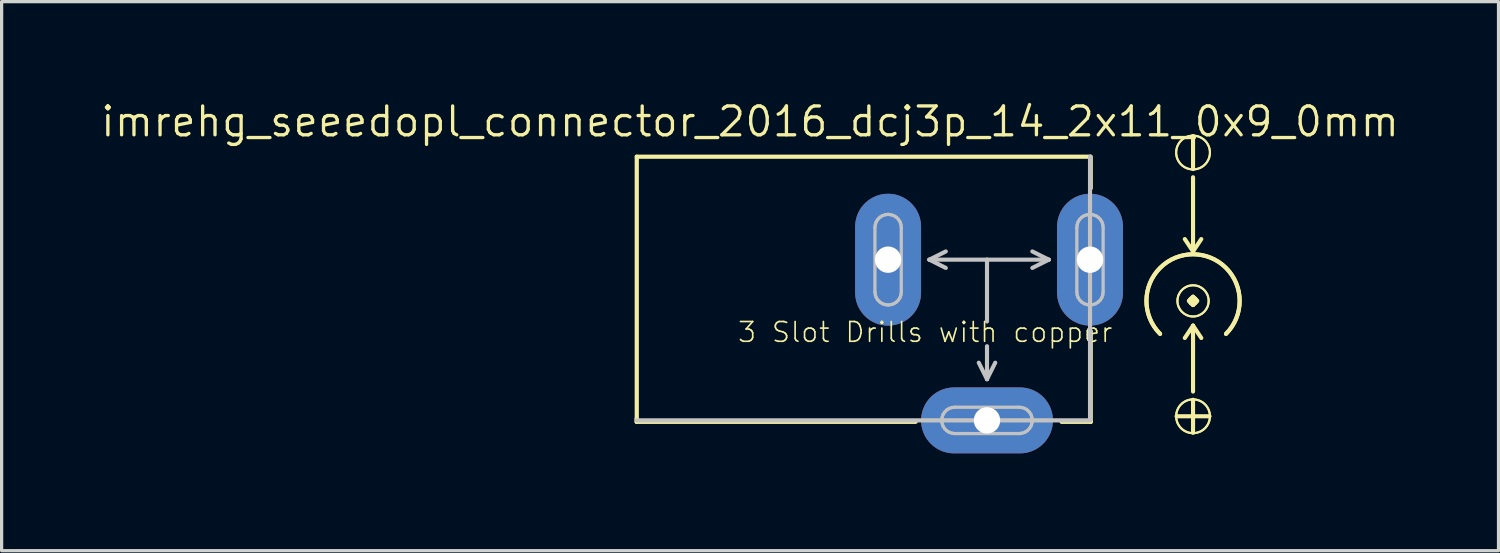
<source format=kicad_pcb>
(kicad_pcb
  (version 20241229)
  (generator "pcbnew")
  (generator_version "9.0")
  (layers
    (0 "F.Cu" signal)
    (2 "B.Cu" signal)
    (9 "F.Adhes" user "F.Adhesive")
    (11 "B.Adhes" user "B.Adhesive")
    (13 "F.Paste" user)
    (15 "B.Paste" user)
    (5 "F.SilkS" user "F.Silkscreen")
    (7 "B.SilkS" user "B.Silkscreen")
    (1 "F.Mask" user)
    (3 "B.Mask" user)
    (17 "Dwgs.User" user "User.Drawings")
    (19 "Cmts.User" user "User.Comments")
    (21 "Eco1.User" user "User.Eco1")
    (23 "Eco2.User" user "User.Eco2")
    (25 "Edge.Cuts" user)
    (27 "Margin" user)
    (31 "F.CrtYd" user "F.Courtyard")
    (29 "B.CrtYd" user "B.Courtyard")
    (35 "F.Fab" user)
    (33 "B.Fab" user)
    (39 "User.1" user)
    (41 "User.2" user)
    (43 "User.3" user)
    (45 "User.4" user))
  (footprint "imrehg_seeedopl_connector_2016_dcj3p_14_2x11_0x9_0mm"
    (layer "F.Cu")
    (at 27.368 4.953)
    (property "Reference" "imrehg_seeedopl_connector_2016_dcj3p_14_2x11_0x9_0mm" (at -7.303 -4.255 0) (layer "F.SilkS") (effects (font (size 0.889 0.889) (thickness 0.102))))
    (attr exclude_from_pos_files exclude_from_bom)
    (fp_line (start -10.798 4.999) (end -10.798 4.9) (stroke (width 0.127) (type solid)) (layer "F.SilkS"))
    (fp_line (start -10.795 -3.175) (end 3.175 -3.175) (stroke (width 0.1) (type solid)) (layer "F.SilkS"))
    (fp_line (start -10.795 -3.175) (end 3.175 -3.175) (stroke (width 0.127) (type solid)) (layer "F.SilkS"))
    (fp_line (start -10.795 4.953) (end -10.795 -3.175) (stroke (width 0.1) (type solid)) (layer "F.SilkS"))
    (fp_line (start -10.795 4.953) (end -10.795 -3.175) (stroke (width 0.127) (type solid)) (layer "F.SilkS"))
    (fp_line (start -2.2 4.999) (end -10.798 4.999) (stroke (width 0.127) (type solid)) (layer "F.SilkS"))
    (fp_line (start 2.299 4.999) (end 3.198 4.999) (stroke (width 0.127) (type solid)) (layer "F.SilkS"))
    (fp_line (start 3.175 -3.175) (end 3.175 4.953) (stroke (width 0.1) (type solid)) (layer "F.SilkS"))
    (fp_line (start 3.175 4.953) (end -10.795 4.953) (stroke (width 0.1) (type solid)) (layer "F.SilkS"))
    (fp_line (start 3.198 -2.2) (end 3.198 -3.175) (stroke (width 0.127) (type solid)) (layer "F.SilkS"))
    (fp_line (start 3.198 4.999) (end 3.198 2.2) (stroke (width 0.127) (type solid)) (layer "F.SilkS"))
    (fp_line (start 5.842 4.826) (end 6.858 4.826) (stroke (width 0.127) (type solid)) (layer "F.SilkS"))
    (fp_line (start 6.223 1.27) (end 6.35 1.397) (stroke (width 0.127) (type solid)) (layer "F.SilkS"))
    (fp_line (start 6.35 -2.794) (end 6.35 -3.81) (stroke (width 0.127) (type solid)) (layer "F.SilkS"))
    (fp_line (start 6.35 -0.254) (end 6.096 -0.635) (stroke (width 0.127) (type solid)) (layer "F.SilkS"))
    (fp_line (start 6.35 -0.254) (end 6.35 -2.54) (stroke (width 0.127) (type solid)) (layer "F.SilkS"))
    (fp_line (start 6.35 -0.254) (end 6.604 -0.635) (stroke (width 0.127) (type solid)) (layer "F.SilkS"))
    (fp_line (start 6.35 1.143) (end 6.223 1.27) (stroke (width 0.127) (type solid)) (layer "F.SilkS"))
    (fp_line (start 6.35 1.397) (end 6.35 1.143) (stroke (width 0.127) (type solid)) (layer "F.SilkS"))
    (fp_line (start 6.35 1.397) (end 6.477 1.27) (stroke (width 0.127) (type solid)) (layer "F.SilkS"))
    (fp_line (start 6.35 2.032) (end 6.096 2.413) (stroke (width 0.127) (type solid)) (layer "F.SilkS"))
    (fp_line (start 6.35 2.032) (end 6.35 4.064) (stroke (width 0.127) (type solid)) (layer "F.SilkS"))
    (fp_line (start 6.35 2.032) (end 6.604 2.413) (stroke (width 0.127) (type solid)) (layer "F.SilkS"))
    (fp_line (start 6.35 5.334) (end 6.35 4.318) (stroke (width 0.127) (type solid)) (layer "F.SilkS"))
    (fp_line (start 6.477 1.27) (end 6.35 1.143) (stroke (width 0.127) (type solid)) (layer "F.SilkS"))
    (fp_arc (start 5.334 2.286) (mid 6.35 -0.166841) (end 7.366 2.286) (stroke (width 0.127) (type solid)) (layer "F.SilkS"))
    (fp_arc (start 5.334 2.286) (mid 6.35 -0.166841) (end 7.366 2.286) (stroke (width 0.127) (type solid)) (layer "F.SilkS"))
    (fp_circle (center 6.35 -3.302) (end 6.718 -3.67) (stroke (width 0.064) (type solid)) (fill no) (layer "F.SilkS"))
    (fp_circle (center 6.35 -3.302) (end 6.718 -3.67) (stroke (width 0.064) (type solid)) (fill no) (layer "F.SilkS"))
    (fp_circle (center 6.35 1.27) (end 6.439 1.359) (stroke (width 0.064) (type solid)) (fill no) (layer "F.SilkS"))
    (fp_circle (center 6.35 1.27) (end 6.439 1.359) (stroke (width 0.064) (type solid)) (fill no) (layer "F.SilkS"))
    (fp_circle (center 6.35 1.27) (end 6.69 1.61) (stroke (width 0.064) (type solid)) (fill no) (layer "F.SilkS"))
    (fp_circle (center 6.35 1.27) (end 6.69 1.61) (stroke (width 0.064) (type solid)) (fill no) (layer "F.SilkS"))
    (fp_circle (center 6.35 4.826) (end 6.718 5.194) (stroke (width 0.064) (type solid)) (fill no) (layer "F.SilkS"))
    (fp_circle (center 6.35 4.826) (end 6.718 5.194) (stroke (width 0.064) (type solid)) (fill no) (layer "F.SilkS"))
    (fp_line (start -3.454 -0.991) (end -3.442 -1.079) (stroke (width 0.1) (type solid)) (layer "Dwgs.User"))
    (fp_line (start -3.454 0.991) (end -3.454 -0.991) (stroke (width 0.1) (type solid)) (layer "Dwgs.User"))
    (fp_line (start -3.442 -1.079) (end -3.414 -1.166) (stroke (width 0.1) (type solid)) (layer "Dwgs.User"))
    (fp_line (start -3.442 1.079) (end -3.454 0.991) (stroke (width 0.1) (type solid)) (layer "Dwgs.User"))
    (fp_line (start -3.414 -1.166) (end -3.365 -1.242) (stroke (width 0.1) (type solid)) (layer "Dwgs.User"))
    (fp_line (start -3.414 1.166) (end -3.442 1.079) (stroke (width 0.1) (type solid)) (layer "Dwgs.User"))
    (fp_line (start -3.365 -1.242) (end -3.299 -1.308) (stroke (width 0.1) (type solid)) (layer "Dwgs.User"))
    (fp_line (start -3.365 1.242) (end -3.414 1.166) (stroke (width 0.1) (type solid)) (layer "Dwgs.User"))
    (fp_line (start -3.299 -1.308) (end -3.223 -1.356) (stroke (width 0.1) (type solid)) (layer "Dwgs.User"))
    (fp_line (start -3.299 1.308) (end -3.365 1.242) (stroke (width 0.1) (type solid)) (layer "Dwgs.User"))
    (fp_line (start -3.223 -1.356) (end -3.137 -1.384) (stroke (width 0.1) (type solid)) (layer "Dwgs.User"))
    (fp_line (start -3.223 1.356) (end -3.299 1.308) (stroke (width 0.1) (type solid)) (layer "Dwgs.User"))
    (fp_line (start -3.137 -1.384) (end -3.048 -1.397) (stroke (width 0.1) (type solid)) (layer "Dwgs.User"))
    (fp_line (start -3.137 1.384) (end -3.223 1.356) (stroke (width 0.1) (type solid)) (layer "Dwgs.User"))
    (fp_line (start -3.048 -1.397) (end -2.957 -1.384) (stroke (width 0.1) (type solid)) (layer "Dwgs.User"))
    (fp_line (start -3.048 1.397) (end -3.137 1.384) (stroke (width 0.1) (type solid)) (layer "Dwgs.User"))
    (fp_line (start -2.957 -1.384) (end -2.87 -1.356) (stroke (width 0.1) (type solid)) (layer "Dwgs.User"))
    (fp_line (start -2.957 1.384) (end -3.048 1.397) (stroke (width 0.1) (type solid)) (layer "Dwgs.User"))
    (fp_line (start -2.87 -1.356) (end -2.794 -1.308) (stroke (width 0.1) (type solid)) (layer "Dwgs.User"))
    (fp_line (start -2.87 1.356) (end -2.957 1.384) (stroke (width 0.1) (type solid)) (layer "Dwgs.User"))
    (fp_line (start -2.794 -1.308) (end -2.728 -1.242) (stroke (width 0.1) (type solid)) (layer "Dwgs.User"))
    (fp_line (start -2.794 1.308) (end -2.87 1.356) (stroke (width 0.1) (type solid)) (layer "Dwgs.User"))
    (fp_line (start -2.728 -1.242) (end -2.68 -1.166) (stroke (width 0.1) (type solid)) (layer "Dwgs.User"))
    (fp_line (start -2.728 1.242) (end -2.794 1.308) (stroke (width 0.1) (type solid)) (layer "Dwgs.User"))
    (fp_line (start -2.68 -1.166) (end -2.652 -1.079) (stroke (width 0.1) (type solid)) (layer "Dwgs.User"))
    (fp_line (start -2.68 1.166) (end -2.728 1.242) (stroke (width 0.1) (type solid)) (layer "Dwgs.User"))
    (fp_line (start -2.652 -1.079) (end -2.642 -0.991) (stroke (width 0.1) (type solid)) (layer "Dwgs.User"))
    (fp_line (start -2.652 1.079) (end -2.68 1.166) (stroke (width 0.1) (type solid)) (layer "Dwgs.User"))
    (fp_line (start -2.642 -0.991) (end -2.642 0.991) (stroke (width 0.1) (type solid)) (layer "Dwgs.User"))
    (fp_line (start -2.642 0.991) (end -2.652 1.079) (stroke (width 0.1) (type solid)) (layer "Dwgs.User"))
    (fp_line (start -1.778 0) (end -1.27 -0.254) (stroke (width 0.127) (type solid)) (layer "Dwgs.User"))
    (fp_line (start -1.778 0) (end -1.27 0.254) (stroke (width 0.127) (type solid)) (layer "Dwgs.User"))
    (fp_line (start -1.397 4.953) (end -1.384 4.862) (stroke (width 0.1) (type solid)) (layer "Dwgs.User"))
    (fp_line (start -1.384 4.862) (end -1.356 4.775) (stroke (width 0.1) (type solid)) (layer "Dwgs.User"))
    (fp_line (start -1.384 5.042) (end -1.397 4.953) (stroke (width 0.1) (type solid)) (layer "Dwgs.User"))
    (fp_line (start -1.356 4.775) (end -1.308 4.699) (stroke (width 0.1) (type solid)) (layer "Dwgs.User"))
    (fp_line (start -1.356 5.128) (end -1.384 5.042) (stroke (width 0.1) (type solid)) (layer "Dwgs.User"))
    (fp_line (start -1.308 4.699) (end -1.242 4.633) (stroke (width 0.1) (type solid)) (layer "Dwgs.User"))
    (fp_line (start -1.308 5.204) (end -1.356 5.128) (stroke (width 0.1) (type solid)) (layer "Dwgs.User"))
    (fp_line (start -1.242 4.633) (end -1.166 4.585) (stroke (width 0.1) (type solid)) (layer "Dwgs.User"))
    (fp_line (start -1.242 5.271) (end -1.308 5.204) (stroke (width 0.1) (type solid)) (layer "Dwgs.User"))
    (fp_line (start -1.166 4.585) (end -1.079 4.557) (stroke (width 0.1) (type solid)) (layer "Dwgs.User"))
    (fp_line (start -1.166 5.319) (end -1.242 5.271) (stroke (width 0.1) (type solid)) (layer "Dwgs.User"))
    (fp_line (start -1.079 4.557) (end -0.991 4.547) (stroke (width 0.1) (type solid)) (layer "Dwgs.User"))
    (fp_line (start -1.079 5.347) (end -1.166 5.319) (stroke (width 0.1) (type solid)) (layer "Dwgs.User"))
    (fp_line (start -0.991 4.547) (end 0.991 4.547) (stroke (width 0.1) (type solid)) (layer "Dwgs.User"))
    (fp_line (start -0.991 5.359) (end -1.079 5.347) (stroke (width 0.1) (type solid)) (layer "Dwgs.User"))
    (fp_line (start 0 0) (end -1.778 0) (stroke (width 0.127) (type solid)) (layer "Dwgs.User"))
    (fp_line (start 0 0) (end 1.905 0) (stroke (width 0.127) (type solid)) (layer "Dwgs.User"))
    (fp_line (start 0 1.905) (end 0 0) (stroke (width 0.127) (type solid)) (layer "Dwgs.User"))
    (fp_line (start 0 2.667) (end 0 3.683) (stroke (width 0.127) (type solid)) (layer "Dwgs.User"))
    (fp_line (start 0 3.683) (end -0.254 3.175) (stroke (width 0.127) (type solid)) (layer "Dwgs.User"))
    (fp_line (start 0 3.683) (end 0.254 3.175) (stroke (width 0.127) (type solid)) (layer "Dwgs.User"))
    (fp_line (start 0.991 4.547) (end 1.079 4.557) (stroke (width 0.1) (type solid)) (layer "Dwgs.User"))
    (fp_line (start 0.991 5.359) (end -0.991 5.359) (stroke (width 0.1) (type solid)) (layer "Dwgs.User"))
    (fp_line (start 1.079 4.557) (end 1.166 4.585) (stroke (width 0.1) (type solid)) (layer "Dwgs.User"))
    (fp_line (start 1.079 5.347) (end 0.991 5.359) (stroke (width 0.1) (type solid)) (layer "Dwgs.User"))
    (fp_line (start 1.166 4.585) (end 1.242 4.633) (stroke (width 0.1) (type solid)) (layer "Dwgs.User"))
    (fp_line (start 1.166 5.319) (end 1.079 5.347) (stroke (width 0.1) (type solid)) (layer "Dwgs.User"))
    (fp_line (start 1.242 4.633) (end 1.308 4.699) (stroke (width 0.1) (type solid)) (layer "Dwgs.User"))
    (fp_line (start 1.242 5.271) (end 1.166 5.319) (stroke (width 0.1) (type solid)) (layer "Dwgs.User"))
    (fp_line (start 1.308 4.699) (end 1.356 4.775) (stroke (width 0.1) (type solid)) (layer "Dwgs.User"))
    (fp_line (start 1.308 5.204) (end 1.242 5.271) (stroke (width 0.1) (type solid)) (layer "Dwgs.User"))
    (fp_line (start 1.356 4.775) (end 1.384 4.862) (stroke (width 0.1) (type solid)) (layer "Dwgs.User"))
    (fp_line (start 1.356 5.128) (end 1.308 5.204) (stroke (width 0.1) (type solid)) (layer "Dwgs.User"))
    (fp_line (start 1.384 4.862) (end 1.397 4.953) (stroke (width 0.1) (type solid)) (layer "Dwgs.User"))
    (fp_line (start 1.384 5.042) (end 1.356 5.128) (stroke (width 0.1) (type solid)) (layer "Dwgs.User"))
    (fp_line (start 1.397 4.953) (end 1.384 5.042) (stroke (width 0.1) (type solid)) (layer "Dwgs.User"))
    (fp_line (start 1.905 0) (end 1.397 -0.254) (stroke (width 0.127) (type solid)) (layer "Dwgs.User"))
    (fp_line (start 1.905 0) (end 1.397 0.254) (stroke (width 0.127) (type solid)) (layer "Dwgs.User"))
    (fp_line (start 2.769 -0.991) (end 2.779 -1.079) (stroke (width 0.1) (type solid)) (layer "Dwgs.User"))
    (fp_line (start 2.769 0.991) (end 2.769 -0.991) (stroke (width 0.1) (type solid)) (layer "Dwgs.User"))
    (fp_line (start 2.779 -1.079) (end 2.807 -1.166) (stroke (width 0.1) (type solid)) (layer "Dwgs.User"))
    (fp_line (start 2.779 1.079) (end 2.769 0.991) (stroke (width 0.1) (type solid)) (layer "Dwgs.User"))
    (fp_line (start 2.807 -1.166) (end 2.855 -1.242) (stroke (width 0.1) (type solid)) (layer "Dwgs.User"))
    (fp_line (start 2.807 1.166) (end 2.779 1.079) (stroke (width 0.1) (type solid)) (layer "Dwgs.User"))
    (fp_line (start 2.855 -1.242) (end 2.921 -1.308) (stroke (width 0.1) (type solid)) (layer "Dwgs.User"))
    (fp_line (start 2.855 1.242) (end 2.807 1.166) (stroke (width 0.1) (type solid)) (layer "Dwgs.User"))
    (fp_line (start 2.921 -1.308) (end 2.997 -1.356) (stroke (width 0.1) (type solid)) (layer "Dwgs.User"))
    (fp_line (start 2.921 1.308) (end 2.855 1.242) (stroke (width 0.1) (type solid)) (layer "Dwgs.User"))
    (fp_line (start 2.997 -1.356) (end 3.084 -1.384) (stroke (width 0.1) (type solid)) (layer "Dwgs.User"))
    (fp_line (start 2.997 1.356) (end 2.921 1.308) (stroke (width 0.1) (type solid)) (layer "Dwgs.User"))
    (fp_line (start 3.084 -1.384) (end 3.175 -1.397) (stroke (width 0.1) (type solid)) (layer "Dwgs.User"))
    (fp_line (start 3.084 1.384) (end 2.997 1.356) (stroke (width 0.1) (type solid)) (layer "Dwgs.User"))
    (fp_line (start 3.175 -3.175) (end 3.175 4.953) (stroke (width 0.127) (type solid)) (layer "Dwgs.User"))
    (fp_line (start 3.175 -1.397) (end 3.264 -1.384) (stroke (width 0.1) (type solid)) (layer "Dwgs.User"))
    (fp_line (start 3.175 1.397) (end 3.084 1.384) (stroke (width 0.1) (type solid)) (layer "Dwgs.User"))
    (fp_line (start 3.175 4.953) (end -10.795 4.953) (stroke (width 0.127) (type solid)) (layer "Dwgs.User"))
    (fp_line (start 3.264 -1.384) (end 3.35 -1.356) (stroke (width 0.1) (type solid)) (layer "Dwgs.User"))
    (fp_line (start 3.264 1.384) (end 3.175 1.397) (stroke (width 0.1) (type solid)) (layer "Dwgs.User"))
    (fp_line (start 3.35 -1.356) (end 3.426 -1.308) (stroke (width 0.1) (type solid)) (layer "Dwgs.User"))
    (fp_line (start 3.35 1.356) (end 3.264 1.384) (stroke (width 0.1) (type solid)) (layer "Dwgs.User"))
    (fp_line (start 3.426 -1.308) (end 3.493 -1.242) (stroke (width 0.1) (type solid)) (layer "Dwgs.User"))
    (fp_line (start 3.426 1.308) (end 3.35 1.356) (stroke (width 0.1) (type solid)) (layer "Dwgs.User"))
    (fp_line (start 3.493 -1.242) (end 3.541 -1.166) (stroke (width 0.1) (type solid)) (layer "Dwgs.User"))
    (fp_line (start 3.493 1.242) (end 3.426 1.308) (stroke (width 0.1) (type solid)) (layer "Dwgs.User"))
    (fp_line (start 3.541 -1.166) (end 3.569 -1.079) (stroke (width 0.1) (type solid)) (layer "Dwgs.User"))
    (fp_line (start 3.541 1.166) (end 3.493 1.242) (stroke (width 0.1) (type solid)) (layer "Dwgs.User"))
    (fp_line (start 3.569 -1.079) (end 3.579 -0.991) (stroke (width 0.1) (type solid)) (layer "Dwgs.User"))
    (fp_line (start 3.569 1.079) (end 3.541 1.166) (stroke (width 0.1) (type solid)) (layer "Dwgs.User"))
    (fp_line (start 3.579 -0.991) (end 3.579 0.991) (stroke (width 0.1) (type solid)) (layer "Dwgs.User"))
    (fp_line (start 3.579 0.991) (end 3.569 1.079) (stroke (width 0.1) (type solid)) (layer "Dwgs.User"))
    (fp_text user "3 Slot Drills with copper" (at -1.905 2.235 0) (layer "F.SilkS") (effects (font (size 0.61 0.61) (thickness 0.051))))
    (pad "+" thru_hole oval (at 3.175 0 180) (size 2.032 4.064) (drill 0.813) (layers "*.Cu" "*.Paste" "*.Mask"))
    (pad "-1" thru_hole oval (at -3.048 0 180) (size 2.032 4.064) (drill 0.813) (layers "*.Cu" "*.Paste" "*.Mask"))
    (pad "-2" thru_hole oval (at 0 4.953 270) (size 2.032 4.064) (drill 0.813) (layers "*.Cu" "*.Paste" "*.Mask")))
  (gr_rect
    (start -3 -3)
    (end 43.132 13.922)
    (stroke (width 0.1) (type default))
    (fill no)
    (layer "Edge.Cuts")))
</source>
